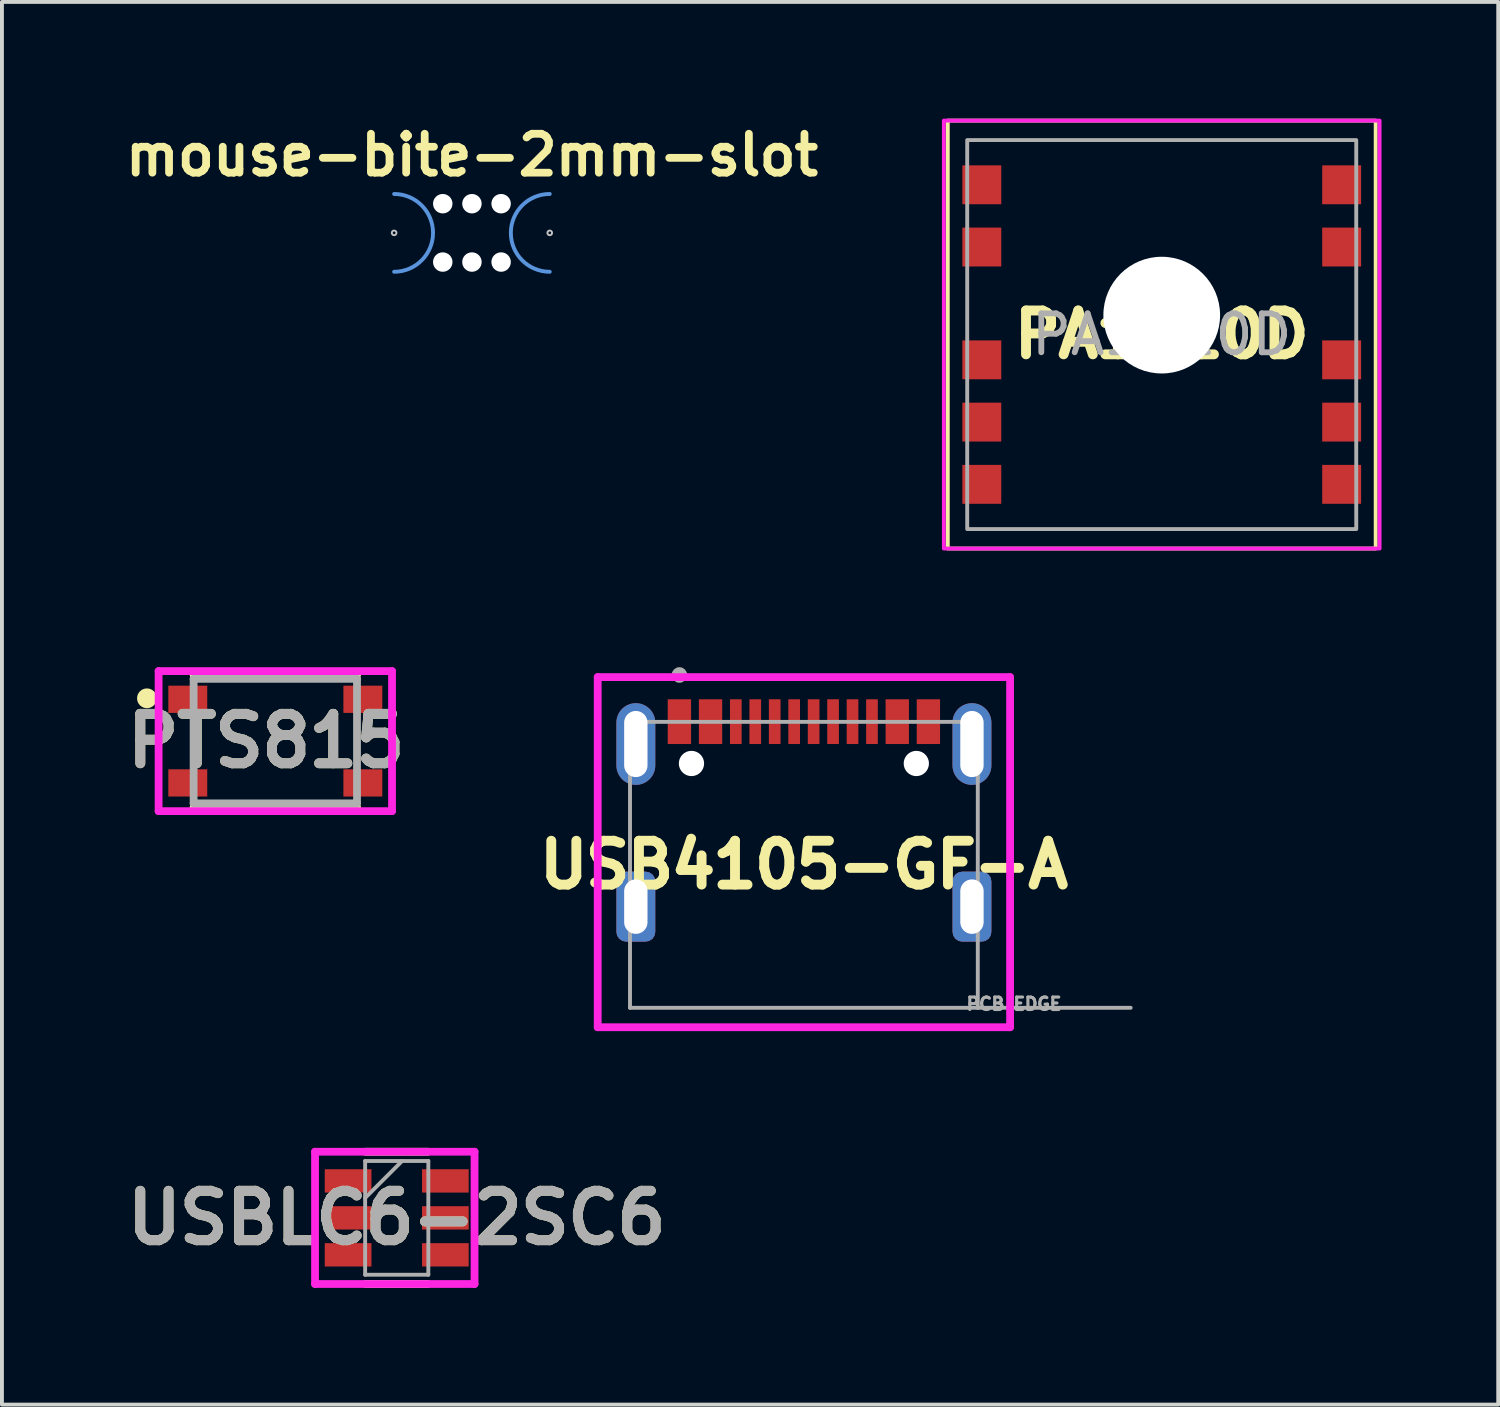
<source format=kicad_pcb>
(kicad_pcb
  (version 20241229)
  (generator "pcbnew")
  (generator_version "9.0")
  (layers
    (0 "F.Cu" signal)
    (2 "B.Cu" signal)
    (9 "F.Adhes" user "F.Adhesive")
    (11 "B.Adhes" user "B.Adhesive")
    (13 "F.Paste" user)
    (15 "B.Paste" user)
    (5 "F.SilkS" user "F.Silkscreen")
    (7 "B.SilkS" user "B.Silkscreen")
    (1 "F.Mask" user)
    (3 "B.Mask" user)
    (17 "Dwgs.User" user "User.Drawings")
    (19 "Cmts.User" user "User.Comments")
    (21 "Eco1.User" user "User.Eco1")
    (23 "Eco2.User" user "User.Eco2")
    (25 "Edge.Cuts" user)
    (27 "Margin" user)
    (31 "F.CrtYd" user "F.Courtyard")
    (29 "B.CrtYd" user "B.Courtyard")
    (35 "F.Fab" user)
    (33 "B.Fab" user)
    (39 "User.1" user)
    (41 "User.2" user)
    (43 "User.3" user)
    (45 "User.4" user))
  (footprint "USBLC6-2SC6"
    (layer "F.Cu")
    (at 7.148 28.255)
    (property "Reference" "USBLC6-2SC6" (at 0 0 0) (layer "F.SilkS") (effects (font (size 1.27 1.27) (thickness 0.254))))
    (attr smd)
    (fp_line (start -0.8 -1.7) (end 0.8 -1.7) (stroke (width 0.2) (type solid)) (layer "F.SilkS"))
    (fp_line (start -0.8 1.7) (end 0.8 1.7) (stroke (width 0.2) (type solid)) (layer "F.SilkS"))
    (fp_line (start -2.1 -1.7) (end 2 -1.7) (stroke (width 0.2) (type solid)) (layer "F.CrtYd"))
    (fp_line (start -2.1 1.7) (end -2.1 -1.7) (stroke (width 0.2) (type solid)) (layer "F.CrtYd"))
    (fp_line (start 2 -1.7) (end 2 1.7) (stroke (width 0.2) (type solid)) (layer "F.CrtYd"))
    (fp_line (start 2 1.7) (end -2.1 1.7) (stroke (width 0.2) (type solid)) (layer "F.CrtYd"))
    (fp_line (start -0.812 -1.462) (end 0.812 -1.462) (stroke (width 0.1) (type solid)) (layer "F.Fab"))
    (fp_line (start -0.812 -0.512) (end 0.138 -1.462) (stroke (width 0.1) (type solid)) (layer "F.Fab"))
    (fp_line (start -0.812 1.462) (end -0.812 -1.462) (stroke (width 0.1) (type solid)) (layer "F.Fab"))
    (fp_line (start 0.812 -1.462) (end 0.812 1.462) (stroke (width 0.1) (type solid)) (layer "F.Fab"))
    (fp_line (start 0.812 1.462) (end -0.812 1.462) (stroke (width 0.1) (type solid)) (layer "F.Fab"))
    (fp_text user "${REFERENCE}" (at 0 0 0) (layer "F.Fab") (effects (font (size 1.27 1.27) (thickness 0.254))))
    (pad "1" smd rect (at -1.25 -0.95 90) (size 0.6 1.2) (layers "F.Cu" "F.Mask" "F.Paste"))
    (pad "2" smd rect (at -1.25 0 90) (size 0.6 1.2) (layers "F.Cu" "F.Mask" "F.Paste"))
    (pad "3" smd rect (at -1.25 0.95 90) (size 0.6 1.2) (layers "F.Cu" "F.Mask" "F.Paste"))
    (pad "4" smd rect (at 1.25 0.95 90) (size 0.6 1.2) (layers "F.Cu" "F.Mask" "F.Paste"))
    (pad "5" smd rect (at 1.25 0 90) (size 0.6 1.2) (layers "F.Cu" "F.Mask" "F.Paste"))
    (pad "6" smd rect (at 1.25 -0.95 90) (size 0.6 1.2) (layers "F.Cu" "F.Mask" "F.Paste")))
  (footprint "PA1010D"
    (layer "F.Cu")
    (at 26.812 5.55)
    (property "Reference" "PA1010D" (at 0 0 0) (unlocked yes) (layer "F.SilkS") (effects (font (size 1.127 1.127) (thickness 0.254) (bold yes))))
    (attr smd)
    (fp_rect (start -5.5 -5.5) (end 5.5 5.5) (stroke (width 0.1) (type default)) (fill no) (layer "F.SilkS"))
    (fp_rect (start -5.6 -5.5) (end 5.6 5.5) (stroke (width 0.1) (type default)) (fill no) (layer "F.CrtYd"))
    (fp_rect (start -5 -5) (end 5 5) (stroke (width 0.1) (type default)) (fill no) (layer "F.Fab"))
    (fp_text user "${REFERENCE}" (at 0 0 0) (unlocked yes) (layer "F.Fab") (effects (font (size 1 1) (thickness 0.15))))
    (pad "" np_thru_hole circle (at 0 -0.5) (size 3 3) (drill 3) (layers "*.Cu" "*.Mask"))
    (pad "1" smd rect (at -4.625 -3.85) (size 1 1) (layers "F.Cu" "F.Mask" "F.Paste"))
    (pad "2" smd rect (at -4.625 -2.25) (size 1 1) (layers "F.Cu" "F.Mask" "F.Paste"))
    (pad "3" smd rect (at -4.625 0.65) (size 1 1) (layers "F.Cu" "F.Mask" "F.Paste"))
    (pad "4" smd rect (at -4.625 2.25) (size 1 1) (layers "F.Cu" "F.Mask" "F.Paste"))
    (pad "5" smd rect (at -4.625 3.85) (size 1 1) (layers "F.Cu" "F.Mask" "F.Paste"))
    (pad "6" smd rect (at 4.625 3.85) (size 1 1) (layers "F.Cu" "F.Mask" "F.Paste"))
    (pad "7" smd rect (at 4.625 2.25) (size 1 1) (layers "F.Cu" "F.Mask" "F.Paste"))
    (pad "8" smd rect (at 4.625 0.65) (size 1 1) (layers "F.Cu" "F.Mask" "F.Paste"))
    (pad "9" smd rect (at 4.625 -2.25) (size 1 1) (layers "F.Cu" "F.Mask" "F.Paste"))
    (pad "10" smd rect (at 4.625 -3.85) (size 1 1) (layers "F.Cu" "F.Mask" "F.Paste")))
  (footprint "mouse-bite-2mm-slot"
    (layer "F.Cu")
    (at 9.081 2.936)
    (property "Reference" "mouse-bite-2mm-slot" (at 0 -2 0) (layer "F.SilkS") (effects (font (size 1 1) (thickness 0.2))))
    (attr through_hole)
    (fp_circle (center -2 0) (end -2 -0.06) (stroke (width 0.05) (type solid)) (fill no) (layer "Dwgs.User"))
    (fp_circle (center 2 0) (end 2.06 0) (stroke (width 0.05) (type solid)) (fill no) (layer "Dwgs.User"))
    (fp_arc (start -2 -1) (mid -1 0) (end -2 1) (stroke (width 0.1) (type solid)) (layer "Cmts.User"))
    (fp_arc (start 2 1) (mid 1 0) (end 2 -1) (stroke (width 0.1) (type solid)) (layer "Cmts.User"))
    (fp_line (start -2 0) (end -2 0) (stroke (width 2) (type solid)) (layer "Eco1.User"))
    (fp_line (start 2 0) (end 2 0) (stroke (width 2) (type solid)) (layer "Eco1.User"))
    (pad "" np_thru_hole circle (at -0.75 -0.75) (size 0.5 0.5) (drill 0.5) (layers "*.Cu" "*.Mask"))
    (pad "" np_thru_hole circle (at -0.75 0.75) (size 0.5 0.5) (drill 0.5) (layers "*.Cu" "*.Mask"))
    (pad "" np_thru_hole circle (at 0 -0.75) (size 0.5 0.5) (drill 0.5) (layers "*.Cu" "*.Mask"))
    (pad "" np_thru_hole circle (at 0 0.75) (size 0.5 0.5) (drill 0.5) (layers "*.Cu" "*.Mask"))
    (pad "" np_thru_hole circle (at 0.75 -0.75) (size 0.5 0.5) (drill 0.5) (layers "*.Cu" "*.Mask"))
    (pad "" np_thru_hole circle (at 0.75 0.75) (size 0.5 0.5) (drill 0.5) (layers "*.Cu" "*.Mask")))
  (footprint "PTS815"
    (layer "F.Cu")
    (at 4.027 16)
    (property "Reference" "PTS815" (at -0.235 -0.005 0) (layer "F.SilkS") (effects (font (size 1.27 1.27) (thickness 0.254))))
    (attr smd)
    (fp_line (start -2.1 -1.7) (end 2.1 -1.7) (stroke (width 0.2) (type solid)) (layer "F.SilkS"))
    (fp_line (start -2.1 1.7) (end 2.1 1.7) (stroke (width 0.2) (type solid)) (layer "F.SilkS"))
    (fp_circle (center -3.3 -1.1) (end -3.173 -1.1) (stroke (width 0.254) (type default)) (fill no) (layer "F.SilkS"))
    (fp_line (start -3 -1.8) (end 3 -1.8) (stroke (width 0.2) (type solid)) (layer "F.CrtYd"))
    (fp_line (start -3 1.8) (end -3 -1.8) (stroke (width 0.2) (type solid)) (layer "F.CrtYd"))
    (fp_line (start 3 -1.8) (end 3 1.8) (stroke (width 0.2) (type solid)) (layer "F.CrtYd"))
    (fp_line (start 3 1.8) (end -3 1.8) (stroke (width 0.2) (type solid)) (layer "F.CrtYd"))
    (fp_line (start -2.1 -1.6) (end 2.1 -1.6) (stroke (width 0.2) (type solid)) (layer "F.Fab"))
    (fp_line (start -2.1 1.6) (end -2.1 -1.6) (stroke (width 0.2) (type solid)) (layer "F.Fab"))
    (fp_line (start 2.1 -1.6) (end 2.1 1.6) (stroke (width 0.2) (type solid)) (layer "F.Fab"))
    (fp_line (start 2.1 1.6) (end -2.1 1.6) (stroke (width 0.2) (type solid)) (layer "F.Fab"))
    (fp_text user "${REFERENCE}" (at -0.235 -0.005 0) (layer "F.Fab") (effects (font (size 1.27 1.27) (thickness 0.254))))
    (pad "1" smd rect (at -2.25 -1.075 90) (size 0.7 1) (layers "F.Cu" "F.Mask" "F.Paste"))
    (pad "2" smd rect (at 2.25 -1.075 90) (size 0.7 1) (layers "F.Cu" "F.Mask" "F.Paste"))
    (pad "3" smd rect (at -2.25 1.075 90) (size 0.7 1) (layers "F.Cu" "F.Mask" "F.Paste"))
    (pad "4" smd rect (at 2.25 1.075 90) (size 0.7 1) (layers "F.Cu" "F.Mask" "F.Paste")))
  (footprint "USB4105-GF-A"
    (layer "F.Cu")
    (at 17.614 19.18)
    (property "Reference" "USB4105-GF-A" (at 0 0 0) (layer "F.SilkS") (effects (font (size 1.127 1.127) (thickness 0.254) (bold yes))))
    (attr smd)
    (fp_line (start -5.3 -4.825) (end -5.3 4.175) (stroke (width 0.2) (type solid)) (layer "F.CrtYd"))
    (fp_line (start -5.3 4.175) (end 5.3 4.175) (stroke (width 0.2) (type solid)) (layer "F.CrtYd"))
    (fp_line (start 5.3 -4.825) (end -5.3 -4.825) (stroke (width 0.2) (type solid)) (layer "F.CrtYd"))
    (fp_line (start 5.3 4.175) (end 5.3 -4.825) (stroke (width 0.2) (type solid)) (layer "F.CrtYd"))
    (fp_line (start -4.47 -3.675) (end 4.47 -3.675) (stroke (width 0.1) (type solid)) (layer "F.Fab"))
    (fp_line (start -4.47 3.675) (end -4.47 -3.675) (stroke (width 0.1) (type solid)) (layer "F.Fab"))
    (fp_line (start 4.47 -3.675) (end 4.47 3.675) (stroke (width 0.1) (type solid)) (layer "F.Fab"))
    (fp_line (start 4.47 3.675) (end -4.47 3.675) (stroke (width 0.1) (type solid)) (layer "F.Fab"))
    (fp_line (start 4.47 3.675) (end 8.4 3.675) (stroke (width 0.1) (type solid)) (layer "F.Fab"))
    (fp_circle (center -3.2 -4.88) (end -3.1 -4.88) (stroke (width 0.2) (type solid)) (fill no) (layer "F.Fab"))
    (fp_text user "PCB EDGE" (at 5.4 3.575 0) (layer "F.Fab") (effects (font (size 0.32 0.32) (thickness 0.08))))
    (pad "" np_thru_hole circle (at -2.89 -2.605) (size 0.65 0.65) (drill 0.65) (layers "*.Cu" "*.Mask"))
    (pad "" np_thru_hole circle (at 2.89 -2.605) (size 0.65 0.65) (drill 0.65) (layers "*.Cu" "*.Mask"))
    (pad "A1_B12" smd rect (at -3.2 -3.68) (size 0.6 1.15) (layers "F.Cu" "F.Mask" "F.Paste"))
    (pad "A4_B9" smd rect (at -2.4 -3.68) (size 0.6 1.15) (layers "F.Cu" "F.Mask" "F.Paste"))
    (pad "A5" smd rect (at -1.25 -3.68) (size 0.3 1.15) (layers "F.Cu" "F.Mask" "F.Paste"))
    (pad "A6" smd rect (at -0.25 -3.68) (size 0.3 1.15) (layers "F.Cu" "F.Mask" "F.Paste"))
    (pad "A7" smd rect (at 0.25 -3.68) (size 0.3 1.15) (layers "F.Cu" "F.Mask" "F.Paste"))
    (pad "A8" smd rect (at 1.25 -3.68) (size 0.3 1.15) (layers "F.Cu" "F.Mask" "F.Paste"))
    (pad "B1_A12" smd rect (at 3.2 -3.68) (size 0.6 1.15) (layers "F.Cu" "F.Mask" "F.Paste"))
    (pad "B4_A9" smd rect (at 2.4 -3.68) (size 0.6 1.15) (layers "F.Cu" "F.Mask" "F.Paste"))
    (pad "B5" smd rect (at 1.75 -3.68) (size 0.3 1.15) (layers "F.Cu" "F.Mask" "F.Paste"))
    (pad "B6" smd rect (at 0.75 -3.68) (size 0.3 1.15) (layers "F.Cu" "F.Mask" "F.Paste"))
    (pad "B7" smd rect (at -0.75 -3.68) (size 0.3 1.15) (layers "F.Cu" "F.Mask" "F.Paste"))
    (pad "B8" smd rect (at -1.75 -3.68) (size 0.3 1.15) (layers "F.Cu" "F.Mask" "F.Paste"))
    (pad "SH1" thru_hole oval (at -4.32 -3.105) (size 1 2.1) (drill oval 0.6 1.7) (layers "*.Cu" "*.Mask"))
    (pad "SH2" thru_hole oval (at 4.32 -3.105) (size 1 2.1) (drill oval 0.6 1.7) (layers "*.Cu" "*.Mask"))
    (pad "SH3" thru_hole roundrect (at -4.32 1.075) (size 1 1.8) (drill oval 0.6 1.4) (layers "*.Cu" "*.Mask") (roundrect_rratio 0.25))
    (pad "SH4" thru_hole roundrect (at 4.32 1.075) (size 1 1.8) (drill oval 0.6 1.4) (layers "*.Cu" "*.Mask") (roundrect_rratio 0.25)))
  (gr_rect
    (start -3 -3)
    (end 35.462 33.055)
    (stroke (width 0.1) (type default))
    (fill no)
    (layer "Edge.Cuts")))
</source>
